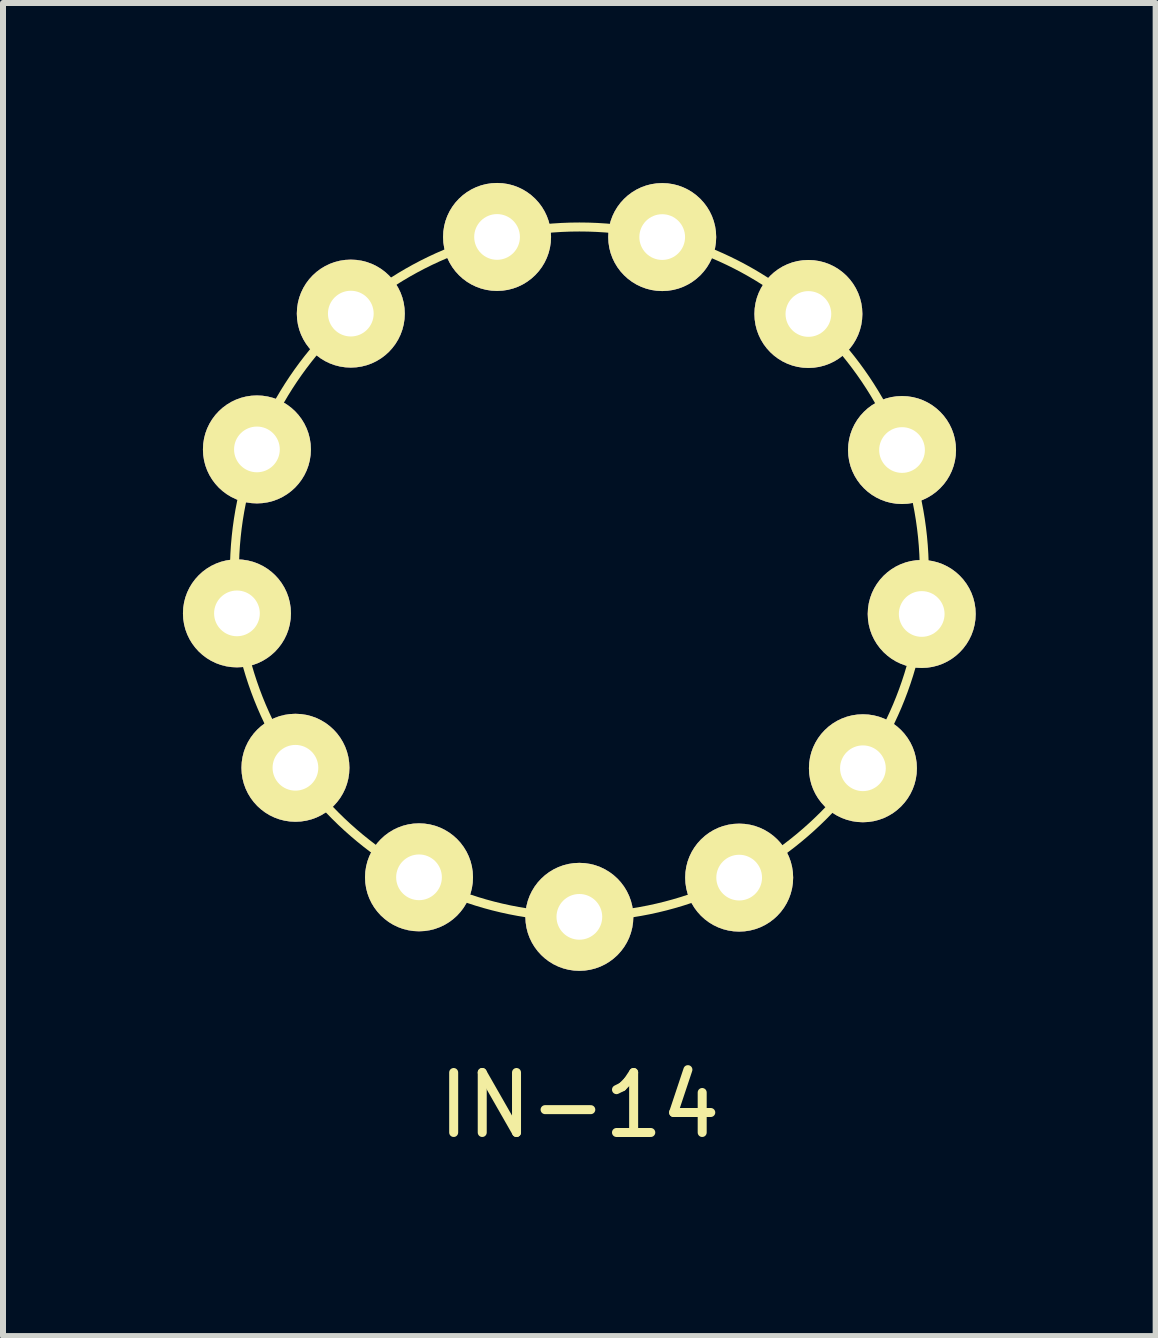
<source format=kicad_pcb>
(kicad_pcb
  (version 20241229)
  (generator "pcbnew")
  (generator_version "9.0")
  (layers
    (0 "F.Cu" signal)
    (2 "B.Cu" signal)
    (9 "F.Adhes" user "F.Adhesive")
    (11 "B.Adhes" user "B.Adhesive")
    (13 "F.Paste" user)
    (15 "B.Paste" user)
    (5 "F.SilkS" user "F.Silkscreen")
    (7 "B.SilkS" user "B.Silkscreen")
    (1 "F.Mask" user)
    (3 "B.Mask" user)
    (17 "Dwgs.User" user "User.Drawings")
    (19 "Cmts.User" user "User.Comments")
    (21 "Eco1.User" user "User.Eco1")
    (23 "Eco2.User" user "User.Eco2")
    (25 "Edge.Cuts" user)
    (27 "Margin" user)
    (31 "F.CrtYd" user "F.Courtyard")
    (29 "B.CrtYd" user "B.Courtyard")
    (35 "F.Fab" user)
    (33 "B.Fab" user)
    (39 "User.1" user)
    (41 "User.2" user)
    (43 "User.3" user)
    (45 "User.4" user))
  (footprint "IN-14"
    (layer "F.Cu")
    (at 6.608 6.484)
    (property "Reference" "IN-14" (at 0 8.89 0) (layer "F.SilkS") (effects (font (size 1 1) (thickness 0.15))))
    (attr through_hole)
    (fp_circle (center 0 0) (end 5.75 0) (stroke (width 0.15) (type solid)) (fill no) (layer "F.SilkS"))
    (pad "1" thru_hole circle (at 0 5.75) (size 1.8 1.8) (drill 0.762) (layers "*.Cu" "*.Mask" "F.SilkS"))
    (pad "2" thru_hole circle (at -2.673 5.091) (size 1.8 1.8) (drill 0.762) (layers "*.Cu" "*.Mask" "F.SilkS"))
    (pad "3" thru_hole circle (at -4.733 3.265) (size 1.8 1.8) (drill 0.762) (layers "*.Cu" "*.Mask" "F.SilkS"))
    (pad "4" thru_hole circle (at -5.708 0.691) (size 1.8 1.8) (drill 0.762) (layers "*.Cu" "*.Mask" "F.SilkS"))
    (pad "5" thru_hole circle (at -5.375 -2.042) (size 1.8 1.8) (drill 0.762) (layers "*.Cu" "*.Mask" "F.SilkS"))
    (pad "6" thru_hole circle (at -3.81 -4.306) (size 1.8 1.8) (drill 0.762) (layers "*.Cu" "*.Mask" "F.SilkS"))
    (pad "7" thru_hole circle (at -1.372 -5.584) (size 1.8 1.8) (drill 0.762) (layers "*.Cu" "*.Mask" "F.SilkS"))
    (pad "8" thru_hole circle (at 1.381 -5.582) (size 1.8 1.8) (drill 0.762) (layers "*.Cu" "*.Mask" "F.SilkS"))
    (pad "9" thru_hole circle (at 3.818 -4.3) (size 1.8 1.8) (drill 0.762) (layers "*.Cu" "*.Mask" "F.SilkS"))
    (pad "10" thru_hole circle (at 5.379 -2.032) (size 1.8 1.8) (drill 0.762) (layers "*.Cu" "*.Mask" "F.SilkS"))
    (pad "11" thru_hole circle (at 5.707 0.701) (size 1.8 1.8) (drill 0.762) (layers "*.Cu" "*.Mask" "F.SilkS"))
    (pad "12" thru_hole circle (at 4.727 3.273) (size 1.8 1.8) (drill 0.762) (layers "*.Cu" "*.Mask" "F.SilkS"))
    (pad "13" thru_hole circle (at 2.664 5.096) (size 1.8 1.8) (drill 0.762) (layers "*.Cu" "*.Mask" "F.SilkS")))
  (gr_rect
    (start -3 -3)
    (end 16.215 19.222)
    (stroke (width 0.1) (type default))
    (fill no)
    (layer "Edge.Cuts")))
</source>
